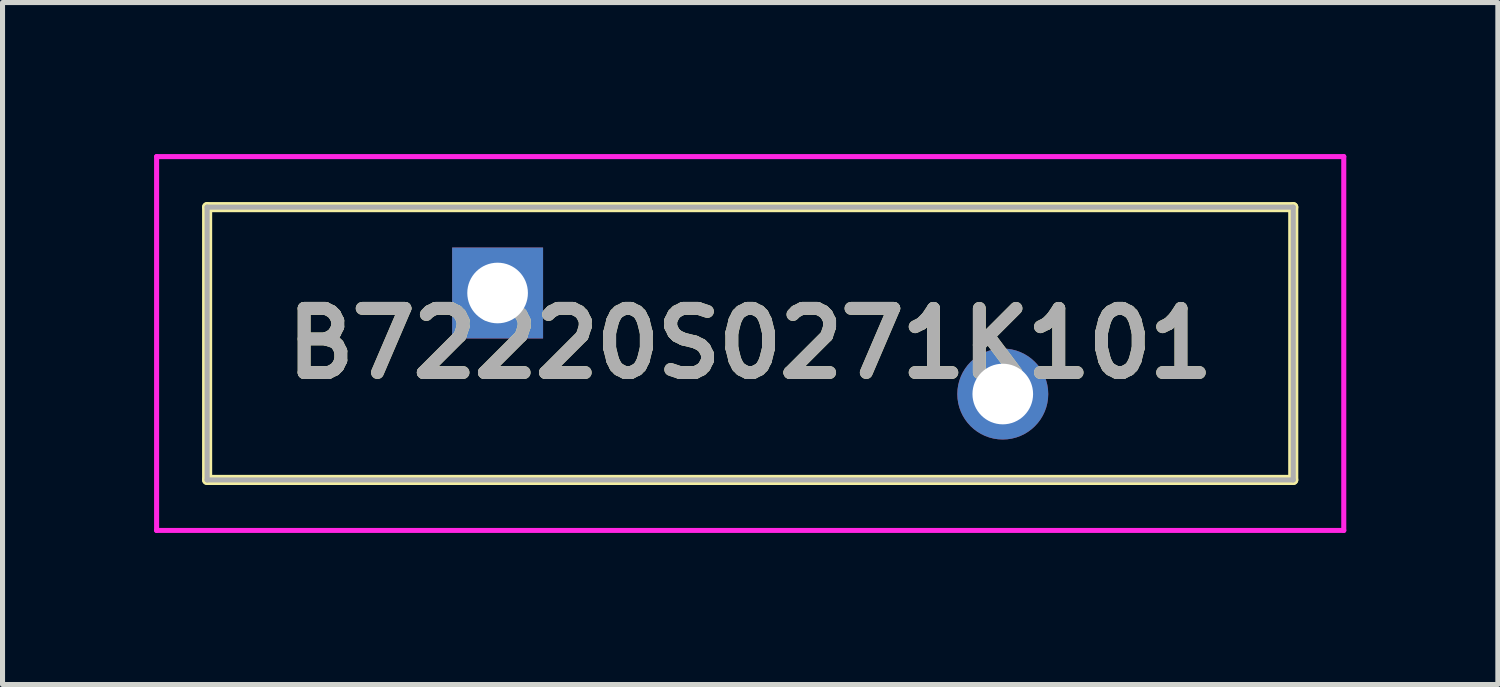
<source format=kicad_pcb>
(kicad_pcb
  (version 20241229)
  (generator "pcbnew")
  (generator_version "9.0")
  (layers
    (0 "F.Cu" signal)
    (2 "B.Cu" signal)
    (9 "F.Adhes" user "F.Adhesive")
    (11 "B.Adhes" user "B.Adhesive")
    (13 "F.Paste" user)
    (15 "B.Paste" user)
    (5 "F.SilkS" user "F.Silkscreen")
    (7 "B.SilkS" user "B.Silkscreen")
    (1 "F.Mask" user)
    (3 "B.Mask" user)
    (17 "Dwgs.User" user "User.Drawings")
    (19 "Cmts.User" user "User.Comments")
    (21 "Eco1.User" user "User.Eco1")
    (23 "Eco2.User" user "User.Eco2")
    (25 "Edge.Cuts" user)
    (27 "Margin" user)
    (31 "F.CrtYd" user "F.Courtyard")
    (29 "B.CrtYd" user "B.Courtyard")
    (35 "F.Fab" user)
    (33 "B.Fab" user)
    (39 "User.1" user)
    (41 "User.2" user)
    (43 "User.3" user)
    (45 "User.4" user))
  (footprint "B72220S0271K101"
    (layer "F.Cu")
    (at 6.8 2.75)
    (property "Reference" "B72220S0271K101" (at 5 1 0) (layer "F.SilkS") (effects (font (size 1.27 1.27) (thickness 0.254))))
    (attr through_hole)
    (fp_line (start -5.75 -1.7) (end 15.75 -1.7) (stroke (width 0.2) (type solid)) (layer "F.SilkS"))
    (fp_line (start -5.75 3.7) (end -5.75 -1.7) (stroke (width 0.2) (type solid)) (layer "F.SilkS"))
    (fp_line (start 15.75 -1.7) (end 15.75 3.7) (stroke (width 0.2) (type solid)) (layer "F.SilkS"))
    (fp_line (start 15.75 3.7) (end -5.75 3.7) (stroke (width 0.2) (type solid)) (layer "F.SilkS"))
    (fp_line (start -6.75 -2.7) (end 16.75 -2.7) (stroke (width 0.1) (type solid)) (layer "F.CrtYd"))
    (fp_line (start -6.75 4.7) (end -6.75 -2.7) (stroke (width 0.1) (type solid)) (layer "F.CrtYd"))
    (fp_line (start 16.75 -2.7) (end 16.75 4.7) (stroke (width 0.1) (type solid)) (layer "F.CrtYd"))
    (fp_line (start 16.75 4.7) (end -6.75 4.7) (stroke (width 0.1) (type solid)) (layer "F.CrtYd"))
    (fp_line (start -5.75 -1.7) (end -5.75 3.7) (stroke (width 0.1) (type solid)) (layer "F.Fab"))
    (fp_line (start -5.75 3.7) (end 15.75 3.7) (stroke (width 0.1) (type solid)) (layer "F.Fab"))
    (fp_line (start 15.75 -1.7) (end -5.75 -1.7) (stroke (width 0.1) (type solid)) (layer "F.Fab"))
    (fp_line (start 15.75 3.7) (end 15.75 -1.7) (stroke (width 0.1) (type solid)) (layer "F.Fab"))
    (fp_text user "${REFERENCE}" (at 5 1 0) (layer "F.Fab") (effects (font (size 1.27 1.27) (thickness 0.254))))
    (pad "1" thru_hole rect (at 0 0) (size 1.8 1.8) (drill 1.2) (layers "*.Cu" "*.Mask"))
    (pad "2" thru_hole circle (at 10 2) (size 1.8 1.8) (drill 1.2) (layers "*.Cu" "*.Mask")))
  (gr_rect
    (start -3 -3)
    (end 26.6 10.5)
    (stroke (width 0.1) (type default))
    (fill no)
    (layer "Edge.Cuts")))
</source>
